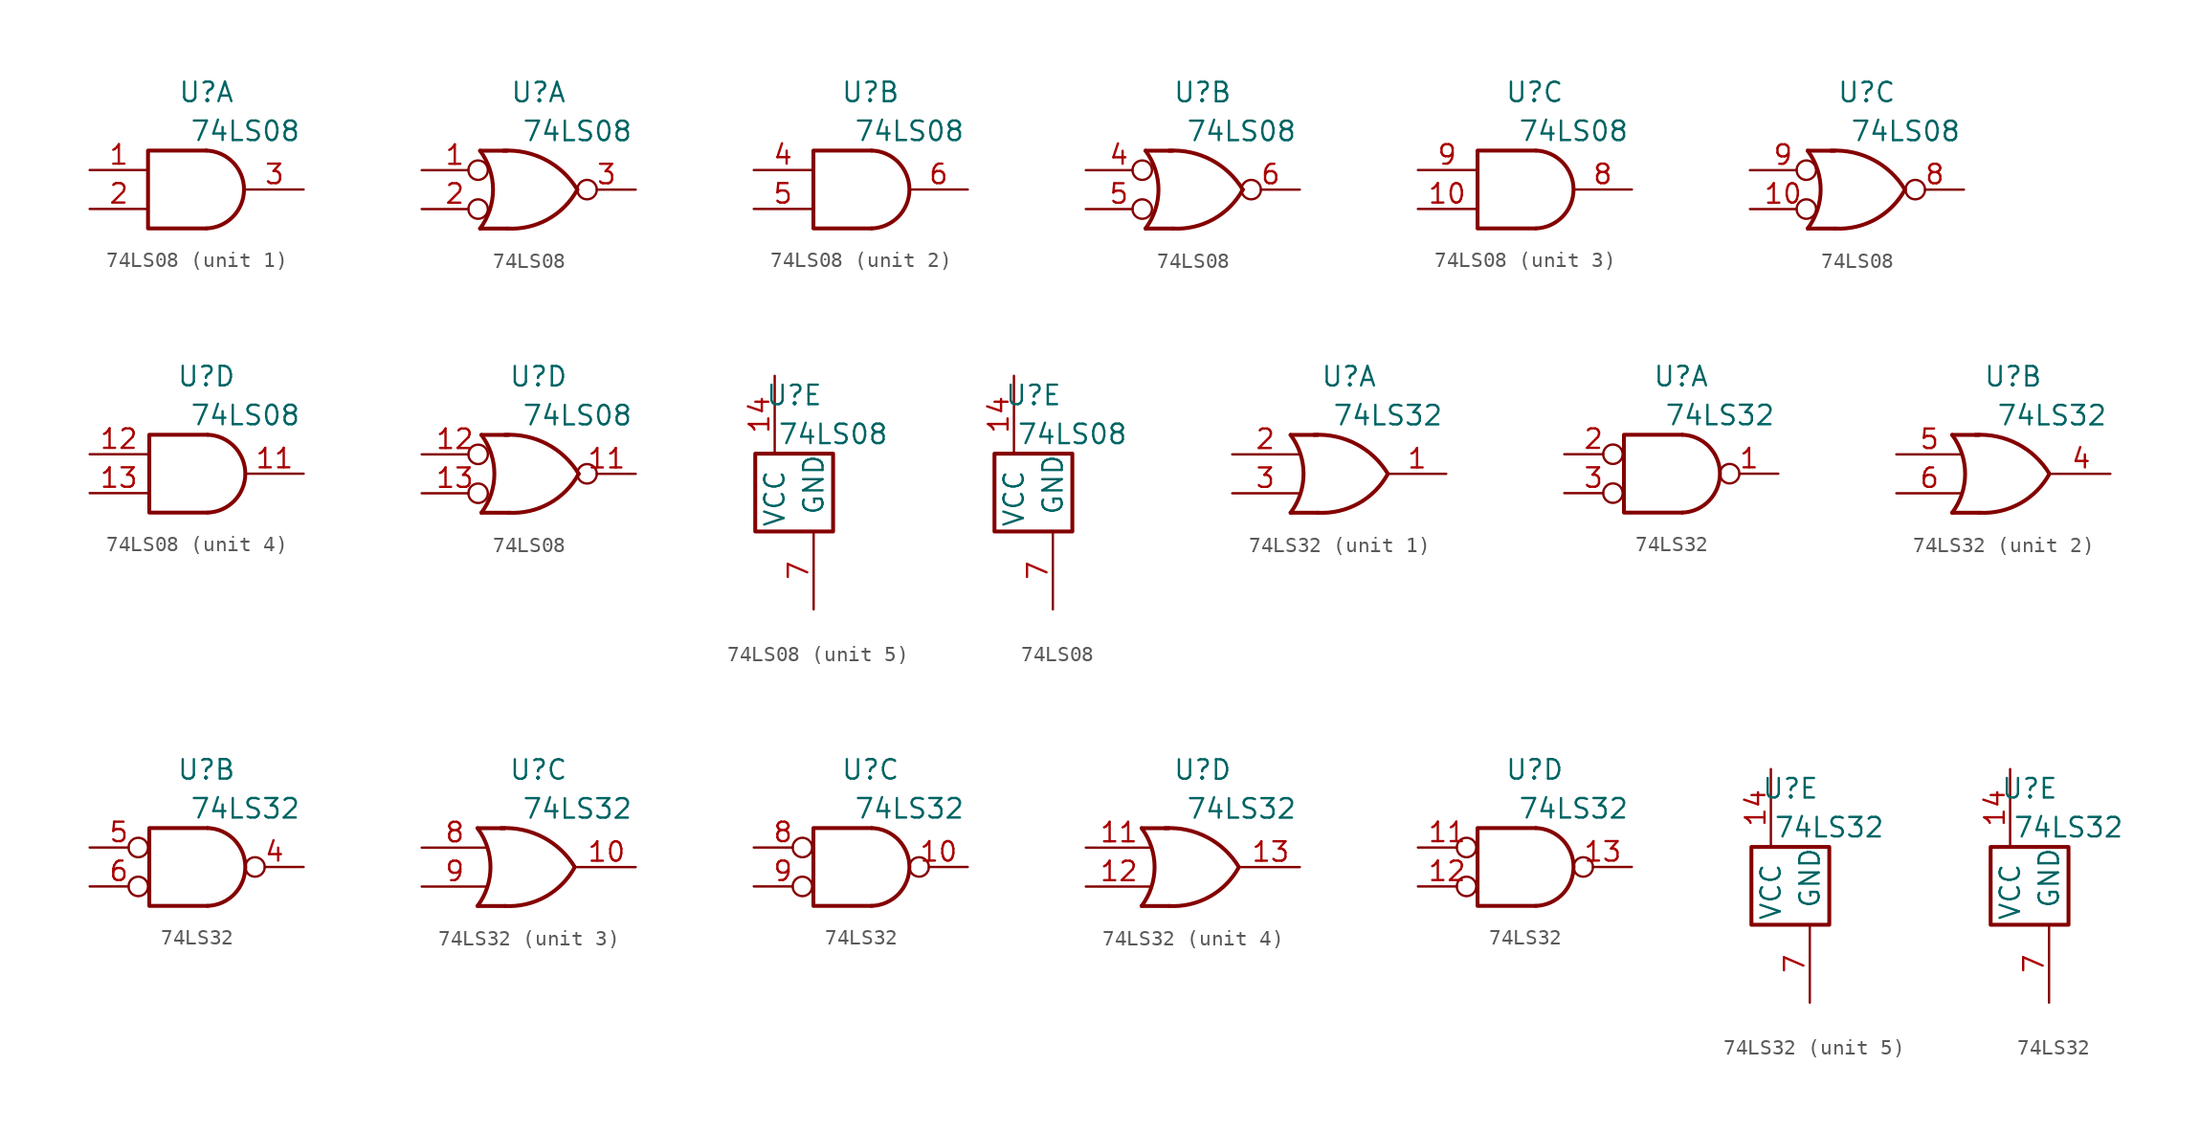
<source format=kicad_sym>
(kicad_symbol_lib
  (version 20220914)
  (generator kicad_symbol_editor)
  (symbol "74LS08"
    (pin_names
      (offset 1.016))
    (property "Reference" "U"
      (at 0 6.35 0)
      (effects (font (size 1.27 1.27))))
    (property "Value" "74LS08"
      (at 2.54 3.81 0)
      (effects (font (size 1.27 1.27))))
    (property "ki_locked" ""
      (at 0 0 0)
      (effects (font (size 1.27 1.27))))
    (symbol "74LS08_1_1"
      (arc (start 0 -2.54) (mid 2.4571 0) (end 0 2.54) (stroke (width 0.254) (type default)) (fill (type none)))
      (polyline (pts (xy 0 2.54) (xy -3.81 2.54) (xy -3.81 -2.54) (xy 0 -2.54)) (stroke (width 0.254) (type default)) (fill (type none)))
      (pin input line (at -7.62 1.27 0) (length 3.81) (name "~" (effects (font (size 1.27 1.27)))) (number "1" (effects (font (size 1.27 1.27)))))
      (pin input line (at -7.62 -1.27 0) (length 3.81) (name "~" (effects (font (size 1.27 1.27)))) (number "2" (effects (font (size 1.27 1.27)))))
      (pin output line (at 6.35 0 180) (length 3.81) (name "~" (effects (font (size 1.27 1.27)))) (number "3" (effects (font (size 1.27 1.27))))))
    (symbol "74LS08_1_2"
      (arc (start -3.81 -2.54) (mid -2.964 0) (end -3.81 2.54) (stroke (width 0.254) (type default)) (fill (type none)))
      (arc (start -2.032 -2.54) (mid 0.6219 -1.9322) (end 2.54 0) (stroke (width 0.254) (type default)) (fill (type none)))
      (polyline (pts (xy -3.81 -2.54) (xy -2.032 -2.54)) (stroke (width 0.254) (type default)) (fill (type none)))
      (polyline (pts (xy -3.81 2.54) (xy -2.032 2.54)) (stroke (width 0.254) (type default)) (fill (type none)))
      (polyline (pts (xy -1.27 2.54) (xy -3.81 2.54) (xy -3.175 1.27) (xy -2.794 0) (xy -3.175 -1.27) (xy -3.81 -2.54) (xy -1.27 -2.54)) (stroke (width -0.0001) (type default)) (fill (type none)))
      (arc (start 2.54 0) (mid 0.4797 1.9402) (end -2.286 2.54) (stroke (width 0.254) (type default)) (fill (type none)))
      (pin input inverted (at -7.62 1.27 0) (length 4.318) (name "~" (effects (font (size 1.27 1.27)))) (number "1" (effects (font (size 1.27 1.27)))))
      (pin input inverted (at -7.62 -1.27 0) (length 4.318) (name "~" (effects (font (size 1.27 1.27)))) (number "2" (effects (font (size 1.27 1.27)))))
      (pin output inverted (at 6.35 0 180) (length 3.81) (name "~" (effects (font (size 1.27 1.27)))) (number "3" (effects (font (size 1.27 1.27))))))
    (symbol "74LS08_2_1"
      (polyline (pts (xy 0.084 2.54) (xy -3.726 2.54) (xy -3.726 -2.54) (xy 0.084 -2.54)) (stroke (width 0.254) (type default)) (fill (type none)))
      (arc (start 0.0843 -2.54) (mid 2.5414 0) (end 0.0843 2.54) (stroke (width 0.254) (type default)) (fill (type none)))
      (pin input line (at -7.62 1.27 0) (length 3.81) (name "~" (effects (font (size 1.27 1.27)))) (number "4" (effects (font (size 1.27 1.27)))))
      (pin input line (at -7.62 -1.27 0) (length 3.81) (name "~" (effects (font (size 1.27 1.27)))) (number "5" (effects (font (size 1.27 1.27)))))
      (pin output line (at 6.35 0 180) (length 3.81) (name "~" (effects (font (size 1.27 1.27)))) (number "6" (effects (font (size 1.27 1.27))))))
    (symbol "74LS08_2_2"
      (arc (start -3.722 -2.54) (mid -2.876 0) (end -3.722 2.54) (stroke (width 0.254) (type default)) (fill (type none)))
      (arc (start -1.944 -2.54) (mid 0.7099 -1.9322) (end 2.628 0) (stroke (width 0.254) (type default)) (fill (type none)))
      (polyline (pts (xy -3.722 -2.54) (xy -1.944 -2.54)) (stroke (width 0.254) (type default)) (fill (type none)))
      (polyline (pts (xy -3.722 2.54) (xy -1.944 2.54)) (stroke (width 0.254) (type default)) (fill (type none)))
      (polyline (pts (xy -1.182 2.54) (xy -3.722 2.54) (xy -3.087 1.27) (xy -2.706 0) (xy -3.087 -1.27) (xy -3.722 -2.54) (xy -1.182 -2.54)) (stroke (width -0.0001) (type default)) (fill (type none)))
      (arc (start 2.628 0) (mid 0.5677 1.9402) (end -2.198 2.54) (stroke (width 0.254) (type default)) (fill (type none)))
      (pin input inverted (at -7.62 1.27 0) (length 4.318) (name "~" (effects (font (size 1.27 1.27)))) (number "4" (effects (font (size 1.27 1.27)))))
      (pin input inverted (at -7.62 -1.27 0) (length 4.318) (name "~" (effects (font (size 1.27 1.27)))) (number "5" (effects (font (size 1.27 1.27)))))
      (pin output inverted (at 6.35 0 180) (length 3.81) (name "~" (effects (font (size 1.27 1.27)))) (number "6" (effects (font (size 1.27 1.27))))))
    (symbol "74LS08_3_1"
      (polyline (pts (xy 0.084 2.54) (xy -3.726 2.54) (xy -3.726 -2.54) (xy 0.084 -2.54)) (stroke (width 0.254) (type default)) (fill (type none)))
      (arc (start 0.0843 -2.54) (mid 2.5414 0) (end 0.0843 2.54) (stroke (width 0.254) (type default)) (fill (type none)))
      (pin input line (at -7.62 -1.27 0) (length 3.81) (name "~" (effects (font (size 1.27 1.27)))) (number "10" (effects (font (size 1.27 1.27)))))
      (pin output line (at 6.35 0 180) (length 3.81) (name "~" (effects (font (size 1.27 1.27)))) (number "8" (effects (font (size 1.27 1.27)))))
      (pin input line (at -7.62 1.27 0) (length 3.81) (name "~" (effects (font (size 1.27 1.27)))) (number "9" (effects (font (size 1.27 1.27))))))
    (symbol "74LS08_3_2"
      (arc (start -3.849 -2.54) (mid -3.003 0) (end -3.849 2.54) (stroke (width 0.254) (type default)) (fill (type none)))
      (arc (start -2.071 -2.54) (mid 0.5829 -1.9322) (end 2.501 0) (stroke (width 0.254) (type default)) (fill (type none)))
      (polyline (pts (xy -3.849 -2.54) (xy -2.071 -2.54)) (stroke (width 0.254) (type default)) (fill (type none)))
      (polyline (pts (xy -3.849 2.54) (xy -2.071 2.54)) (stroke (width 0.254) (type default)) (fill (type none)))
      (polyline (pts (xy -1.309 2.54) (xy -3.849 2.54) (xy -3.214 1.27) (xy -2.833 0) (xy -3.214 -1.27) (xy -3.849 -2.54) (xy -1.309 -2.54)) (stroke (width -0.0001) (type default)) (fill (type none)))
      (arc (start 2.501 0) (mid 0.4407 1.9402) (end -2.325 2.54) (stroke (width 0.254) (type default)) (fill (type none)))
      (pin input inverted (at -7.62 -1.27 0) (length 4.318) (name "~" (effects (font (size 1.27 1.27)))) (number "10" (effects (font (size 1.27 1.27)))))
      (pin output inverted (at 6.35 0 180) (length 3.81) (name "~" (effects (font (size 1.27 1.27)))) (number "8" (effects (font (size 1.27 1.27)))))
      (pin input inverted (at -7.62 1.27 0) (length 4.318) (name "~" (effects (font (size 1.27 1.27)))) (number "9" (effects (font (size 1.27 1.27))))))
    (symbol "74LS08_4_1"
      (polyline (pts (xy 0.084 2.54) (xy -3.726 2.54) (xy -3.726 -2.54) (xy 0.084 -2.54)) (stroke (width 0.254) (type default)) (fill (type none)))
      (arc (start 0.0843 -2.54) (mid 2.5414 0) (end 0.0843 2.54) (stroke (width 0.254) (type default)) (fill (type none)))
      (pin output line (at 6.35 0 180) (length 3.81) (name "~" (effects (font (size 1.27 1.27)))) (number "11" (effects (font (size 1.27 1.27)))))
      (pin input line (at -7.62 1.27 0) (length 3.81) (name "~" (effects (font (size 1.27 1.27)))) (number "12" (effects (font (size 1.27 1.27)))))
      (pin input line (at -7.62 -1.27 0) (length 3.81) (name "~" (effects (font (size 1.27 1.27)))) (number "13" (effects (font (size 1.27 1.27))))))
    (symbol "74LS08_4_2"
      (arc (start -3.722 -2.54) (mid -2.876 0) (end -3.722 2.54) (stroke (width 0.254) (type default)) (fill (type none)))
      (arc (start -1.944 -2.54) (mid 0.7099 -1.9322) (end 2.628 0) (stroke (width 0.254) (type default)) (fill (type none)))
      (polyline (pts (xy -3.722 -2.54) (xy -1.944 -2.54)) (stroke (width 0.254) (type default)) (fill (type none)))
      (polyline (pts (xy -3.722 2.54) (xy -1.944 2.54)) (stroke (width 0.254) (type default)) (fill (type none)))
      (polyline (pts (xy -1.182 2.54) (xy -3.722 2.54) (xy -3.087 1.27) (xy -2.706 0) (xy -3.087 -1.27) (xy -3.722 -2.54) (xy -1.182 -2.54)) (stroke (width -0.0001) (type default)) (fill (type none)))
      (arc (start 2.628 0) (mid 0.5677 1.9402) (end -2.198 2.54) (stroke (width 0.254) (type default)) (fill (type none)))
      (pin output inverted (at 6.35 0 180) (length 3.81) (name "~" (effects (font (size 1.27 1.27)))) (number "11" (effects (font (size 1.27 1.27)))))
      (pin input inverted (at -7.62 1.27 0) (length 4.318) (name "~" (effects (font (size 1.27 1.27)))) (number "12" (effects (font (size 1.27 1.27)))))
      (pin input inverted (at -7.62 -1.27 0) (length 4.318) (name "~" (effects (font (size 1.27 1.27)))) (number "13" (effects (font (size 1.27 1.27))))))
    (symbol "74LS08_5_0"
      (rectangle (start -2.54 2.54) (end 2.54 -2.54) (stroke (width 0.254) (type default)) (fill (type none)))
      (pin power_in line (at -1.27 7.62 270) (length 5.08) (name "VCC" (effects (font (size 1.27 1.27)))) (number "14" (effects (font (size 1.27 1.27)))))
      (pin power_in line (at 1.27 -7.62 90) (length 5.08) (name "GND" (effects (font (size 1.27 1.27)))) (number "7" (effects (font (size 1.27 1.27)))))))
  (symbol "74LS32"
    (pin_names
      (offset 1.016))
    (property "Reference" "U"
      (at 0 6.35 0)
      (effects (font (size 1.27 1.27))))
    (property "Value" "74LS32"
      (at 2.54 3.81 0)
      (effects (font (size 1.27 1.27))))
    (property "ki_locked" ""
      (at 0 0 0)
      (effects (font (size 1.27 1.27))))
    (symbol "74LS32_1_1"
      (arc (start -3.81 -2.54) (mid -2.964 0) (end -3.81 2.54) (stroke (width 0.254) (type default)) (fill (type none)))
      (arc (start -2.032 -2.54) (mid 0.6219 -1.9322) (end 2.54 0) (stroke (width 0.254) (type default)) (fill (type none)))
      (polyline (pts (xy -3.81 -2.54) (xy -2.032 -2.54)) (stroke (width 0.254) (type default)) (fill (type none)))
      (polyline (pts (xy -3.81 2.54) (xy -2.032 2.54)) (stroke (width 0.254) (type default)) (fill (type none)))
      (polyline (pts (xy -1.27 2.54) (xy -3.81 2.54) (xy -3.175 1.27) (xy -2.794 0) (xy -3.175 -1.27) (xy -3.81 -2.54) (xy -1.27 -2.54)) (stroke (width -0.0001) (type default)) (fill (type none)))
      (arc (start 2.54 0) (mid 0.4797 1.9402) (end -2.286 2.54) (stroke (width 0.254) (type default)) (fill (type none)))
      (pin output line (at 6.35 0 180) (length 3.81) (name "~" (effects (font (size 1.27 1.27)))) (number "1" (effects (font (size 1.27 1.27)))))
      (pin input line (at -7.62 1.27 0) (length 4.318) (name "~" (effects (font (size 1.27 1.27)))) (number "2" (effects (font (size 1.27 1.27)))))
      (pin input line (at -7.62 -1.27 0) (length 4.318) (name "~" (effects (font (size 1.27 1.27)))) (number "3" (effects (font (size 1.27 1.27))))))
    (symbol "74LS32_1_2"
      (polyline (pts (xy 0.084 2.54) (xy -3.726 2.54) (xy -3.726 -2.54) (xy 0.084 -2.54)) (stroke (width 0.254) (type default)) (fill (type none)))
      (arc (start 0.0843 -2.54) (mid 2.5414 0) (end 0.0843 2.54) (stroke (width 0.254) (type default)) (fill (type none)))
      (pin output inverted (at 6.35 0 180) (length 3.81) (name "~" (effects (font (size 1.27 1.27)))) (number "1" (effects (font (size 1.27 1.27)))))
      (pin input inverted (at -7.62 1.27 0) (length 3.81) (name "~" (effects (font (size 1.27 1.27)))) (number "2" (effects (font (size 1.27 1.27)))))
      (pin input inverted (at -7.62 -1.27 0) (length 3.81) (name "~" (effects (font (size 1.27 1.27)))) (number "3" (effects (font (size 1.27 1.27))))))
    (symbol "74LS32_2_1"
      (arc (start -3.976 -2.54) (mid -3.13 0) (end -3.976 2.54) (stroke (width 0.254) (type default)) (fill (type none)))
      (arc (start -2.198 -2.54) (mid 0.4559 -1.9322) (end 2.374 0) (stroke (width 0.254) (type default)) (fill (type none)))
      (polyline (pts (xy -3.976 -2.54) (xy -2.198 -2.54)) (stroke (width 0.254) (type default)) (fill (type none)))
      (polyline (pts (xy -3.976 2.54) (xy -2.198 2.54)) (stroke (width 0.254) (type default)) (fill (type none)))
      (polyline (pts (xy -1.436 2.54) (xy -3.976 2.54) (xy -3.341 1.27) (xy -2.96 0) (xy -3.341 -1.27) (xy -3.976 -2.54) (xy -1.436 -2.54)) (stroke (width -0.0001) (type default)) (fill (type none)))
      (arc (start 2.374 0) (mid 0.3137 1.9402) (end -2.452 2.54) (stroke (width 0.254) (type default)) (fill (type none)))
      (pin output line (at 6.35 0 180) (length 3.81) (name "~" (effects (font (size 1.27 1.27)))) (number "4" (effects (font (size 1.27 1.27)))))
      (pin input line (at -7.62 1.27 0) (length 4.318) (name "~" (effects (font (size 1.27 1.27)))) (number "5" (effects (font (size 1.27 1.27)))))
      (pin input line (at -7.62 -1.27 0) (length 4.318) (name "~" (effects (font (size 1.27 1.27)))) (number "6" (effects (font (size 1.27 1.27))))))
    (symbol "74LS32_2_2"
      (polyline (pts (xy 0.084 2.54) (xy -3.726 2.54) (xy -3.726 -2.54) (xy 0.084 -2.54)) (stroke (width 0.254) (type default)) (fill (type none)))
      (arc (start 0.0843 -2.54) (mid 2.5414 0) (end 0.0843 2.54) (stroke (width 0.254) (type default)) (fill (type none)))
      (pin output inverted (at 6.35 0 180) (length 3.81) (name "~" (effects (font (size 1.27 1.27)))) (number "4" (effects (font (size 1.27 1.27)))))
      (pin input inverted (at -7.62 1.27 0) (length 3.81) (name "~" (effects (font (size 1.27 1.27)))) (number "5" (effects (font (size 1.27 1.27)))))
      (pin input inverted (at -7.62 -1.27 0) (length 3.81) (name "~" (effects (font (size 1.27 1.27)))) (number "6" (effects (font (size 1.27 1.27))))))
    (symbol "74LS32_3_1"
      (arc (start -3.976 -2.54) (mid -3.13 0) (end -3.976 2.54) (stroke (width 0.254) (type default)) (fill (type none)))
      (arc (start -2.198 -2.54) (mid 0.4559 -1.9322) (end 2.374 0) (stroke (width 0.254) (type default)) (fill (type none)))
      (polyline (pts (xy -3.976 -2.54) (xy -2.198 -2.54)) (stroke (width 0.254) (type default)) (fill (type none)))
      (polyline (pts (xy -3.976 2.54) (xy -2.198 2.54)) (stroke (width 0.254) (type default)) (fill (type none)))
      (polyline (pts (xy -1.436 2.54) (xy -3.976 2.54) (xy -3.341 1.27) (xy -2.96 0) (xy -3.341 -1.27) (xy -3.976 -2.54) (xy -1.436 -2.54)) (stroke (width -0.0001) (type default)) (fill (type none)))
      (arc (start 2.374 0) (mid 0.3137 1.9402) (end -2.452 2.54) (stroke (width 0.254) (type default)) (fill (type none)))
      (pin output line (at 6.35 0 180) (length 3.81) (name "~" (effects (font (size 1.27 1.27)))) (number "10" (effects (font (size 1.27 1.27)))))
      (pin input line (at -7.62 1.27 0) (length 4.318) (name "~" (effects (font (size 1.27 1.27)))) (number "8" (effects (font (size 1.27 1.27)))))
      (pin input line (at -7.62 -1.27 0) (length 4.318) (name "~" (effects (font (size 1.27 1.27)))) (number "9" (effects (font (size 1.27 1.27))))))
    (symbol "74LS32_3_2"
      (polyline (pts (xy 0.084 2.54) (xy -3.726 2.54) (xy -3.726 -2.54) (xy 0.084 -2.54)) (stroke (width 0.254) (type default)) (fill (type none)))
      (arc (start 0.0843 -2.54) (mid 2.5414 0) (end 0.0843 2.54) (stroke (width 0.254) (type default)) (fill (type none)))
      (pin output inverted (at 6.35 0 180) (length 3.81) (name "~" (effects (font (size 1.27 1.27)))) (number "10" (effects (font (size 1.27 1.27)))))
      (pin input inverted (at -7.62 1.27 0) (length 3.81) (name "~" (effects (font (size 1.27 1.27)))) (number "8" (effects (font (size 1.27 1.27)))))
      (pin input inverted (at -7.62 -1.27 0) (length 3.81) (name "~" (effects (font (size 1.27 1.27)))) (number "9" (effects (font (size 1.27 1.27))))))
    (symbol "74LS32_4_1"
      (arc (start -3.976 -2.54) (mid -3.13 0) (end -3.976 2.54) (stroke (width 0.254) (type default)) (fill (type none)))
      (arc (start -2.198 -2.54) (mid 0.4559 -1.9322) (end 2.374 0) (stroke (width 0.254) (type default)) (fill (type none)))
      (polyline (pts (xy -3.976 -2.54) (xy -2.198 -2.54)) (stroke (width 0.254) (type default)) (fill (type none)))
      (polyline (pts (xy -3.976 2.54) (xy -2.198 2.54)) (stroke (width 0.254) (type default)) (fill (type none)))
      (polyline (pts (xy -1.436 2.54) (xy -3.976 2.54) (xy -3.341 1.27) (xy -2.96 0) (xy -3.341 -1.27) (xy -3.976 -2.54) (xy -1.436 -2.54)) (stroke (width -0.0001) (type default)) (fill (type none)))
      (arc (start 2.374 0) (mid 0.3137 1.9402) (end -2.452 2.54) (stroke (width 0.254) (type default)) (fill (type none)))
      (pin input line (at -7.62 1.27 0) (length 4.318) (name "~" (effects (font (size 1.27 1.27)))) (number "11" (effects (font (size 1.27 1.27)))))
      (pin input line (at -7.62 -1.27 0) (length 4.318) (name "~" (effects (font (size 1.27 1.27)))) (number "12" (effects (font (size 1.27 1.27)))))
      (pin output line (at 6.35 0 180) (length 3.81) (name "~" (effects (font (size 1.27 1.27)))) (number "13" (effects (font (size 1.27 1.27))))))
    (symbol "74LS32_4_2"
      (polyline (pts (xy 0.084 2.54) (xy -3.726 2.54) (xy -3.726 -2.54) (xy 0.084 -2.54)) (stroke (width 0.254) (type default)) (fill (type none)))
      (arc (start 0.0843 -2.54) (mid 2.5414 0) (end 0.0843 2.54) (stroke (width 0.254) (type default)) (fill (type none)))
      (pin input inverted (at -7.62 1.27 0) (length 3.81) (name "~" (effects (font (size 1.27 1.27)))) (number "11" (effects (font (size 1.27 1.27)))))
      (pin input inverted (at -7.62 -1.27 0) (length 3.81) (name "~" (effects (font (size 1.27 1.27)))) (number "12" (effects (font (size 1.27 1.27)))))
      (pin output inverted (at 6.35 0 180) (length 3.81) (name "~" (effects (font (size 1.27 1.27)))) (number "13" (effects (font (size 1.27 1.27))))))
    (symbol "74LS32_5_0"
      (rectangle (start -2.54 2.54) (end 2.54 -2.54) (stroke (width 0.254) (type default)) (fill (type none)))
      (pin power_in line (at -1.27 7.62 270) (length 5.08) (name "VCC" (effects (font (size 1.27 1.27)))) (number "14" (effects (font (size 1.27 1.27)))))
      (pin power_in line (at 1.27 -7.62 90) (length 5.08) (name "GND" (effects (font (size 1.27 1.27)))) (number "7" (effects (font (size 1.27 1.27))))))))
</source>
